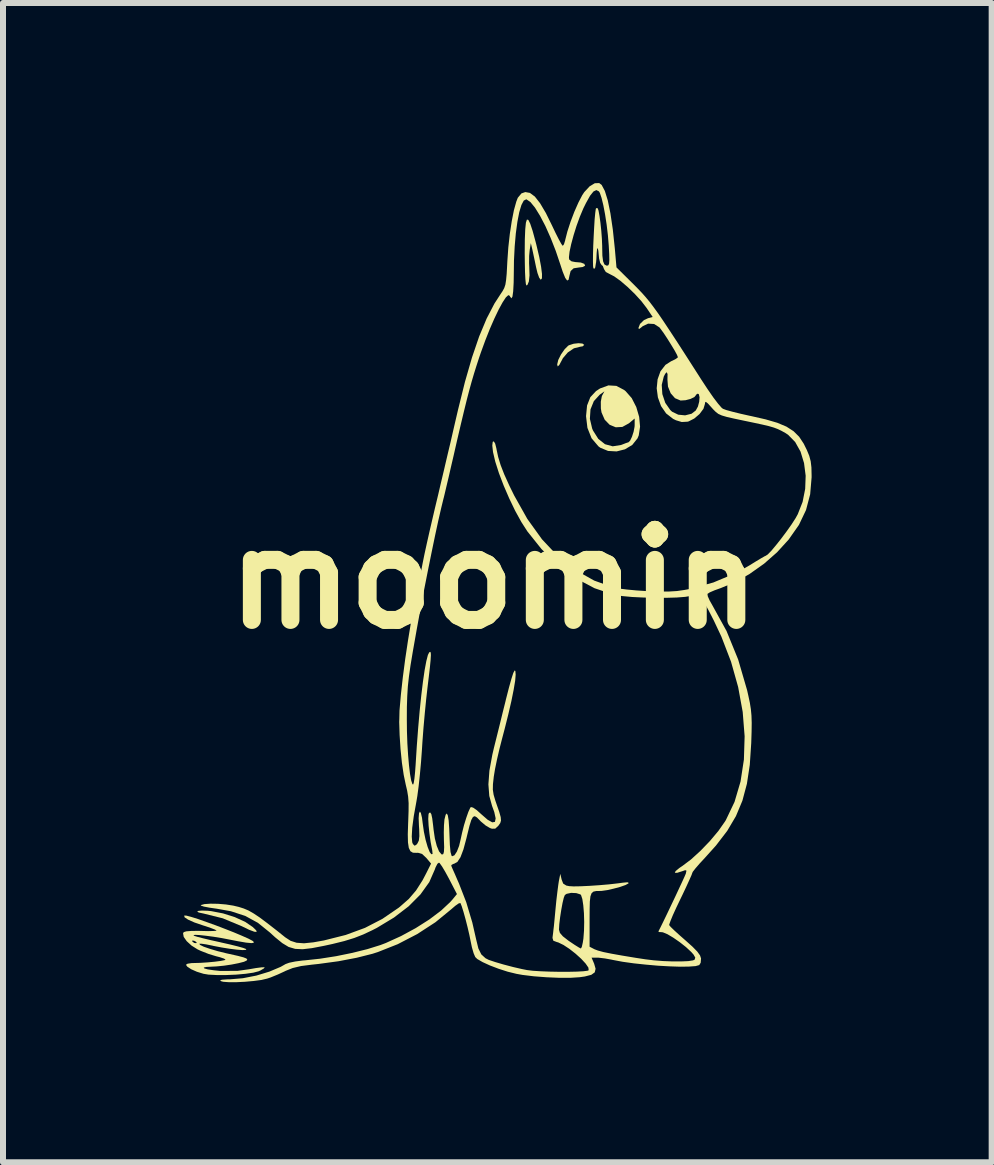
<source format=kicad_pcb>
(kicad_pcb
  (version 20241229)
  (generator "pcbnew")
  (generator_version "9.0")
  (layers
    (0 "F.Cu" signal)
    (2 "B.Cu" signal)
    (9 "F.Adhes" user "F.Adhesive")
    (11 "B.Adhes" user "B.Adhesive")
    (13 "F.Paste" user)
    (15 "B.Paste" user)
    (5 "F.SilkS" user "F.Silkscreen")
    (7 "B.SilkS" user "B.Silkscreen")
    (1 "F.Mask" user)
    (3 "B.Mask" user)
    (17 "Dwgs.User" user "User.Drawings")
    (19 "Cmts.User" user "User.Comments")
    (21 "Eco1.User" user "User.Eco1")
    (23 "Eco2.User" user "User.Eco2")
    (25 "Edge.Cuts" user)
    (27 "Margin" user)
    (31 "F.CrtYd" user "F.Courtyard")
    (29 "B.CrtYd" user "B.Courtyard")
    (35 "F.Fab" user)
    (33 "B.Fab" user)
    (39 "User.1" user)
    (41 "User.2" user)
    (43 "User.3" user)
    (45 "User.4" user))
  (footprint "moomin"
    (layer "F.Cu")
    (at 5.182 6.6)
    (property "Reference" "moomin" (at 0 0 0) (layer "F.SilkS") (effects (font (size 1.5 1.5) (thickness 0.3))))
    (attr board_only exclude_from_pos_files exclude_from_bom)
    (fp_poly (pts (xy -4.774 5.524) (xy -4.714 5.53) (xy -4.516 5.568) (xy -4.32 5.63) (xy -4.147 5.709) (xy -4.021 5.795) (xy -3.963 5.851) (xy -3.956 5.877) (xy -3.996 5.873) (xy -4.081 5.841) (xy -4.205 5.781) (xy -4.52 5.65) (xy -4.842 5.57) (xy -4.921 5.553) (xy -4.947 5.537) (xy -4.927 5.526) (xy -4.867 5.521)) (stroke (width 0) (type solid)) (fill yes) (layer "F.SilkS"))
    (fp_poly (pts (xy 1.472 -3.926) (xy 1.501 -3.905) (xy 1.501 -3.903) (xy 1.476 -3.88) (xy 1.434 -3.873) (xy 1.33 -3.847) (xy 1.228 -3.778) (xy 1.146 -3.682) (xy 1.13 -3.651) (xy 1.086 -3.569) (xy 1.06 -3.545) (xy 1.051 -3.577) (xy 1.051 -3.578) (xy 1.069 -3.653) (xy 1.115 -3.745) (xy 1.175 -3.831) (xy 1.234 -3.89) (xy 1.248 -3.898) (xy 1.325 -3.923) (xy 1.407 -3.932)) (stroke (width 0) (type solid)) (fill yes) (layer "F.SilkS"))
    (fp_poly (pts (xy 0.571 -5.986) (xy 0.602 -5.923) (xy 0.642 -5.803) (xy 0.69 -5.627) (xy 0.705 -5.569) (xy 0.752 -5.37) (xy 0.783 -5.207) (xy 0.798 -5.086) (xy 0.797 -5.012) (xy 0.778 -4.99) (xy 0.776 -4.99) (xy 0.751 -5.024) (xy 0.723 -5.101) (xy 0.7 -5.196) (xy 0.675 -5.316) (xy 0.651 -5.429) (xy 0.637 -5.494) (xy 0.612 -5.599) (xy 0.593 -5.485) (xy 0.584 -5.387) (xy 0.583 -5.266) (xy 0.586 -5.201) (xy 0.59 -5.061) (xy 0.579 -4.959) (xy 0.555 -4.902) (xy 0.537 -4.894) (xy 0.529 -4.922) (xy 0.521 -5.001) (xy 0.515 -5.121) (xy 0.512 -5.273) (xy 0.51 -5.433) (xy 0.512 -5.661) (xy 0.519 -5.83) (xy 0.53 -5.94) (xy 0.547 -5.992)) (stroke (width 0) (type solid)) (fill yes) (layer "F.SilkS"))
    (fp_poly (pts (xy 2.037 -3.221) (xy 2.166 -3.153) (xy 2.192 -3.132) (xy 2.293 -3.017) (xy 2.369 -2.868) (xy 2.417 -2.704) (xy 2.432 -2.541) (xy 2.41 -2.396) (xy 2.389 -2.346) (xy 2.302 -2.237) (xy 2.18 -2.164) (xy 2.041 -2.129) (xy 1.899 -2.137) (xy 1.77 -2.19) (xy 1.739 -2.213) (xy 1.624 -2.348) (xy 1.555 -2.521) (xy 1.537 -2.672) (xy 1.596 -2.672) (xy 1.634 -2.51) (xy 1.648 -2.477) (xy 1.736 -2.338) (xy 1.848 -2.249) (xy 1.976 -2.214) (xy 2.114 -2.236) (xy 2.128 -2.241) (xy 2.197 -2.268) (xy 2.237 -2.281) (xy 2.24 -2.282) (xy 2.266 -2.308) (xy 2.297 -2.373) (xy 2.324 -2.456) (xy 2.34 -2.538) (xy 2.342 -2.568) (xy 2.342 -2.677) (xy 2.246 -2.597) (xy 2.137 -2.537) (xy 2.027 -2.531) (xy 1.925 -2.573) (xy 1.843 -2.657) (xy 1.79 -2.778) (xy 1.779 -2.845) (xy 1.778 -2.957) (xy 1.794 -3.045) (xy 1.801 -3.062) (xy 1.838 -3.13) (xy 1.76 -3.074) (xy 1.662 -2.967) (xy 1.606 -2.829) (xy 1.596 -2.672) (xy 1.537 -2.672) (xy 1.532 -2.717) (xy 1.549 -2.895) (xy 1.603 -3.032) (xy 1.699 -3.135) (xy 1.765 -3.178) (xy 1.905 -3.229)) (stroke (width 0) (type solid)) (fill yes) (layer "F.SilkS"))
    (fp_poly (pts (xy -5.127 5.605) (xy -5.047 5.626) (xy -4.932 5.662) (xy -4.793 5.711) (xy -4.64 5.766) (xy -4.483 5.826) (xy -4.333 5.885) (xy -4.2 5.941) (xy -4.094 5.988) (xy -4.026 6.024) (xy -4.01 6.036) (xy -4.003 6.057) (xy -4.042 6.063) (xy -4.131 6.055) (xy -4.271 6.031) (xy -4.388 6.008) (xy -4.533 5.98) (xy -4.674 5.957) (xy -4.802 5.94) (xy -4.906 5.929) (xy -4.979 5.925) (xy -5.01 5.93) (xy -4.995 5.942) (xy -4.942 5.959) (xy -4.844 5.984) (xy -4.714 6.015) (xy -4.565 6.048) (xy -4.545 6.053) (xy -4.398 6.086) (xy -4.273 6.117) (xy -4.18 6.143) (xy -4.131 6.162) (xy -4.128 6.164) (xy -4.137 6.176) (xy -4.193 6.179) (xy -4.286 6.172) (xy -4.405 6.157) (xy -4.537 6.136) (xy -4.673 6.11) (xy -4.693 6.105) (xy -4.797 6.084) (xy -4.875 6.073) (xy -4.912 6.073) (xy -4.912 6.073) (xy -4.899 6.093) (xy -4.837 6.123) (xy -4.736 6.158) (xy -4.605 6.197) (xy -4.455 6.234) (xy -4.409 6.244) (xy -4.267 6.276) (xy -4.176 6.3) (xy -4.127 6.319) (xy -4.112 6.336) (xy -4.122 6.353) (xy -4.167 6.374) (xy -4.257 6.397) (xy -4.373 6.42) (xy -4.501 6.439) (xy -4.622 6.451) (xy -4.699 6.455) (xy -4.796 6.46) (xy -4.838 6.47) (xy -4.828 6.485) (xy -4.769 6.501) (xy -4.667 6.516) (xy -4.561 6.527) (xy -4.271 6.525) (xy -4.085 6.499) (xy -3.97 6.479) (xy -3.879 6.467) (xy -3.828 6.465) (xy -3.822 6.467) (xy -3.837 6.486) (xy -3.892 6.518) (xy -3.922 6.532) (xy -4.01 6.555) (xy -4.14 6.574) (xy -4.297 6.588) (xy -4.463 6.595) (xy -4.623 6.595) (xy -4.758 6.588) (xy -4.842 6.574) (xy -4.952 6.54) (xy -5.047 6.498) (xy -5.112 6.455) (xy -5.134 6.424) (xy -5.107 6.406) (xy -5.04 6.396) (xy -5.006 6.395) (xy -4.895 6.392) (xy -4.773 6.384) (xy -4.655 6.373) (xy -4.556 6.36) (xy -4.491 6.347) (xy -4.474 6.338) (xy -4.5 6.321) (xy -4.568 6.298) (xy -4.631 6.282) (xy -4.755 6.244) (xy -4.888 6.192) (xy -4.941 6.167) (xy -5.041 6.104) (xy -5.121 6.031) (xy -5.128 6.021) (xy -5.031 6.021) (xy -5.029 6.035) (xy -4.997 6.06) (xy -4.962 6.064) (xy -4.954 6.053) (xy -4.977 6.034) (xy -5 6.023) (xy -5.031 6.021) (xy -5.128 6.021) (xy -5.171 5.96) (xy -5.182 5.901) (xy -5.171 5.88) (xy -5.129 5.867) (xy -5.042 5.86) (xy -4.925 5.859) (xy -4.882 5.86) (xy -4.766 5.863) (xy -4.677 5.861) (xy -4.629 5.857) (xy -4.624 5.854) (xy -4.65 5.838) (xy -4.72 5.811) (xy -4.82 5.777) (xy -4.846 5.769) (xy -4.993 5.719) (xy -5.098 5.672) (xy -5.157 5.633) (xy -5.163 5.603) (xy -5.162 5.603)) (stroke (width 0) (type solid)) (fill yes) (layer "F.SilkS"))
    (fp_poly (pts (xy 1.792 -6.569) (xy 1.845 -6.469) (xy 1.894 -6.311) (xy 1.938 -6.096) (xy 1.978 -5.826) (xy 2.012 -5.503) (xy 2.012 -5.502) (xy 2.039 -5.195) (xy 2.326 -4.911) (xy 2.398 -4.838) (xy 2.464 -4.769) (xy 2.526 -4.699) (xy 2.59 -4.622) (xy 2.658 -4.532) (xy 2.735 -4.426) (xy 2.823 -4.297) (xy 2.927 -4.14) (xy 3.051 -3.951) (xy 3.198 -3.723) (xy 3.371 -3.453) (xy 3.454 -3.323) (xy 3.558 -3.165) (xy 3.652 -3.029) (xy 3.732 -2.924) (xy 3.79 -2.857) (xy 3.813 -2.839) (xy 3.87 -2.818) (xy 3.972 -2.79) (xy 4.106 -2.757) (xy 4.257 -2.723) (xy 4.278 -2.719) (xy 4.524 -2.663) (xy 4.719 -2.606) (xy 4.871 -2.542) (xy 4.989 -2.466) (xy 5.082 -2.374) (xy 5.158 -2.259) (xy 5.21 -2.154) (xy 5.251 -2.055) (xy 5.275 -1.964) (xy 5.287 -1.862) (xy 5.29 -1.725) (xy 5.29 -1.697) (xy 5.266 -1.415) (xy 5.197 -1.153) (xy 5.079 -0.905) (xy 4.908 -0.661) (xy 4.715 -0.449) (xy 4.499 -0.259) (xy 4.256 -0.087) (xy 4.004 0.054) (xy 3.776 0.148) (xy 3.673 0.185) (xy 3.594 0.219) (xy 3.556 0.244) (xy 3.555 0.245) (xy 3.56 0.284) (xy 3.592 0.356) (xy 3.634 0.43) (xy 3.873 0.864) (xy 4.066 1.337) (xy 4.215 1.848) (xy 4.235 1.936) (xy 4.261 2.058) (xy 4.278 2.165) (xy 4.288 2.271) (xy 4.292 2.393) (xy 4.29 2.545) (xy 4.284 2.732) (xy 4.26 3.093) (xy 4.212 3.409) (xy 4.137 3.69) (xy 4.029 3.948) (xy 3.884 4.193) (xy 3.697 4.437) (xy 3.51 4.645) (xy 3.422 4.74) (xy 3.353 4.82) (xy 3.311 4.874) (xy 3.303 4.891) (xy 3.29 4.928) (xy 3.255 5.007) (xy 3.203 5.121) (xy 3.139 5.257) (xy 3.105 5.327) (xy 3.036 5.471) (xy 2.979 5.596) (xy 2.939 5.693) (xy 2.918 5.752) (xy 2.917 5.763) (xy 2.943 5.794) (xy 3.005 5.854) (xy 3.093 5.934) (xy 3.183 6.013) (xy 3.305 6.122) (xy 3.386 6.205) (xy 3.431 6.268) (xy 3.448 6.318) (xy 3.442 6.39) (xy 3.418 6.429) (xy 3.357 6.446) (xy 3.246 6.454) (xy 3.098 6.456) (xy 2.921 6.45) (xy 2.727 6.439) (xy 2.525 6.421) (xy 2.327 6.4) (xy 2.142 6.374) (xy 1.982 6.344) (xy 1.95 6.337) (xy 1.844 6.318) (xy 1.743 6.306) (xy 1.72 6.306) (xy 1.624 6.305) (xy 1.667 6.406) (xy 1.691 6.49) (xy 1.677 6.55) (xy 1.62 6.591) (xy 1.512 6.619) (xy 1.426 6.631) (xy 1.275 6.641) (xy 1.084 6.641) (xy 0.874 6.632) (xy 0.664 6.616) (xy 0.474 6.593) (xy 0.373 6.575) (xy 0.226 6.539) (xy 0.074 6.49) (xy -0.07 6.435) (xy -0.192 6.379) (xy -0.28 6.328) (xy -0.314 6.295) (xy -0.341 6.232) (xy -0.37 6.132) (xy -0.39 6.035) (xy -0.412 5.927) (xy -0.442 5.798) (xy -0.476 5.664) (xy -0.51 5.542) (xy -0.54 5.447) (xy -0.561 5.395) (xy -0.589 5.401) (xy -0.646 5.441) (xy -0.716 5.501) (xy -0.977 5.715) (xy -1.28 5.912) (xy -1.606 6.081) (xy -1.937 6.212) (xy -2.027 6.241) (xy -2.289 6.307) (xy -2.593 6.365) (xy -2.924 6.41) (xy -3.036 6.422) (xy -3.216 6.445) (xy -3.355 6.478) (xy -3.473 6.525) (xy -3.484 6.531) (xy -3.601 6.585) (xy -3.723 6.635) (xy -3.78 6.654) (xy -3.877 6.677) (xy -4.006 6.694) (xy -4.15 6.707) (xy -4.293 6.714) (xy -4.42 6.714) (xy -4.514 6.707) (xy -4.549 6.697) (xy -4.565 6.682) (xy -4.532 6.673) (xy -4.446 6.667) (xy -4.398 6.666) (xy -4.186 6.648) (xy -3.961 6.604) (xy -3.744 6.538) (xy -3.555 6.458) (xy -3.474 6.412) (xy -3.414 6.39) (xy -3.313 6.369) (xy -3.19 6.353) (xy -3.152 6.35) (xy -2.902 6.323) (xy -2.633 6.281) (xy -2.364 6.226) (xy -2.111 6.163) (xy -1.893 6.095) (xy -1.804 6.061) (xy -1.551 5.946) (xy -1.306 5.813) (xy -1.079 5.669) (xy -0.884 5.522) (xy -0.731 5.379) (xy -0.692 5.335) (xy -0.619 5.246) (xy -0.752 4.989) (xy -0.813 4.877) (xy -0.866 4.788) (xy -0.905 4.733) (xy -0.918 4.722) (xy -0.945 4.742) (xy -0.976 4.803) (xy -0.989 4.84) (xy -1.08 5.047) (xy -1.227 5.252) (xy -1.424 5.45) (xy -1.668 5.637) (xy -1.953 5.809) (xy -2.027 5.847) (xy -2.18 5.919) (xy -2.331 5.978) (xy -2.497 6.029) (xy -2.695 6.078) (xy -2.838 6.109) (xy -3.036 6.147) (xy -3.19 6.165) (xy -3.314 6.159) (xy -3.423 6.127) (xy -3.529 6.063) (xy -3.648 5.966) (xy -3.738 5.884) (xy -3.935 5.725) (xy -4.146 5.61) (xy -4.385 5.532) (xy -4.619 5.49) (xy -4.745 5.472) (xy -4.837 5.454) (xy -4.884 5.438) (xy -4.886 5.429) (xy -4.826 5.413) (xy -4.725 5.406) (xy -4.6 5.408) (xy -4.468 5.419) (xy -4.347 5.438) (xy -4.254 5.46) (xy -4.172 5.486) (xy -4.091 5.52) (xy -4.004 5.57) (xy -3.902 5.638) (xy -3.777 5.732) (xy -3.62 5.854) (xy -3.479 5.967) (xy -3.39 6.025) (xy -3.29 6.057) (xy -3.167 6.066) (xy -3.011 6.05) (xy -2.837 6.019) (xy -2.472 5.927) (xy -2.151 5.809) (xy -1.861 5.659) (xy -1.589 5.473) (xy -1.568 5.456) (xy -1.421 5.327) (xy -1.301 5.187) (xy -1.193 5.018) (xy -1.13 4.898) (xy -1.05 4.738) (xy -1.129 4.644) (xy -1.199 4.578) (xy -1.267 4.558) (xy -1.293 4.559) (xy -1.352 4.557) (xy -1.394 4.532) (xy -1.421 4.477) (xy -1.435 4.385) (xy -1.438 4.249) (xy -1.432 4.06) (xy -1.431 4.04) (xy -1.425 3.864) (xy -1.424 3.731) (xy -1.432 3.624) (xy -1.448 3.525) (xy -1.472 3.423) (xy -1.506 3.26) (xy -1.536 3.057) (xy -1.559 2.829) (xy -1.574 2.597) (xy -1.581 2.378) (xy -1.579 2.327) (xy -1.454 2.327) (xy -1.452 2.532) (xy -1.445 2.736) (xy -1.433 2.928) (xy -1.418 3.1) (xy -1.401 3.244) (xy -1.382 3.351) (xy -1.362 3.412) (xy -1.35 3.423) (xy -1.339 3.395) (xy -1.327 3.319) (xy -1.316 3.208) (xy -1.308 3.1) (xy -1.288 2.783) (xy -1.265 2.479) (xy -1.24 2.194) (xy -1.213 1.934) (xy -1.185 1.705) (xy -1.157 1.513) (xy -1.129 1.364) (xy -1.103 1.263) (xy -1.081 1.219) (xy -1.065 1.21) (xy -1.055 1.224) (xy -1.053 1.268) (xy -1.058 1.349) (xy -1.07 1.472) (xy -1.09 1.643) (xy -1.109 1.801) (xy -1.131 1.995) (xy -1.154 2.226) (xy -1.176 2.472) (xy -1.194 2.71) (xy -1.202 2.837) (xy -1.217 3.042) (xy -1.236 3.251) (xy -1.257 3.447) (xy -1.279 3.613) (xy -1.295 3.708) (xy -1.338 3.946) (xy -1.364 4.141) (xy -1.372 4.288) (xy -1.364 4.384) (xy -1.352 4.413) (xy -1.323 4.441) (xy -1.292 4.421) (xy -1.277 4.402) (xy -1.254 4.355) (xy -1.245 4.281) (xy -1.248 4.167) (xy -1.252 4.109) (xy -1.257 3.981) (xy -1.251 3.901) (xy -1.237 3.871) (xy -1.22 3.895) (xy -1.201 3.975) (xy -1.19 4.064) (xy -1.17 4.206) (xy -1.141 4.343) (xy -1.107 4.461) (xy -1.073 4.546) (xy -1.046 4.582) (xy -1.025 4.578) (xy -1.03 4.523) (xy -1.031 4.516) (xy -1.057 4.38) (xy -1.077 4.239) (xy -1.091 4.106) (xy -1.097 3.995) (xy -1.093 3.92) (xy -1.085 3.895) (xy -1.064 3.887) (xy -1.046 3.914) (xy -1.031 3.983) (xy -1.016 4.102) (xy -1.008 4.175) (xy -0.987 4.319) (xy -0.955 4.443) (xy -0.917 4.535) (xy -0.877 4.583) (xy -0.868 4.587) (xy -0.847 4.58) (xy -0.836 4.543) (xy -0.832 4.465) (xy -0.836 4.349) (xy -0.838 4.219) (xy -0.835 4.1) (xy -0.828 4.013) (xy -0.827 4.003) (xy -0.807 3.924) (xy -0.788 3.903) (xy -0.771 3.936) (xy -0.757 4.02) (xy -0.748 4.153) (xy -0.744 4.253) (xy -0.737 4.428) (xy -0.726 4.545) (xy -0.709 4.606) (xy -0.7 4.616) (xy -0.661 4.6) (xy -0.62 4.538) (xy -0.583 4.443) (xy -0.558 4.338) (xy -0.533 4.223) (xy -0.501 4.097) (xy -0.464 3.977) (xy -0.429 3.877) (xy -0.399 3.812) (xy -0.387 3.796) (xy -0.351 3.805) (xy -0.287 3.849) (xy -0.214 3.915) (xy -0.107 4.008) (xy -0.03 4.051) (xy 0.014 4.043) (xy 0.026 3.985) (xy 0.003 3.879) (xy -0.034 3.777) (xy -0.08 3.611) (xy -0.095 3.418) (xy -0.078 3.19) (xy -0.029 2.922) (xy -0.002 2.807) (xy 0.041 2.635) (xy 0.092 2.43) (xy 0.144 2.217) (xy 0.193 2.022) (xy 0.194 2.015) (xy 0.247 1.808) (xy 0.289 1.658) (xy 0.32 1.562) (xy 0.342 1.52) (xy 0.354 1.529) (xy 0.359 1.587) (xy 0.359 1.591) (xy 0.351 1.692) (xy 0.326 1.841) (xy 0.288 2.03) (xy 0.237 2.251) (xy 0.176 2.494) (xy 0.133 2.657) (xy 0.089 2.829) (xy 0.048 3.005) (xy 0.015 3.166) (xy -0.005 3.288) (xy -0.019 3.414) (xy -0.021 3.507) (xy -0.008 3.591) (xy 0.022 3.693) (xy 0.042 3.751) (xy 0.086 3.878) (xy 0.11 3.963) (xy 0.115 4.02) (xy 0.103 4.062) (xy 0.074 4.104) (xy 0.067 4.112) (xy 0.019 4.156) (xy -0.036 4.157) (xy -0.068 4.146) (xy -0.14 4.104) (xy -0.22 4.037) (xy -0.239 4.017) (xy -0.286 3.969) (xy -0.322 3.948) (xy -0.352 3.961) (xy -0.38 4.012) (xy -0.41 4.108) (xy -0.446 4.254) (xy -0.461 4.317) (xy -0.511 4.502) (xy -0.56 4.632) (xy -0.612 4.711) (xy -0.669 4.742) (xy -0.683 4.744) (xy -0.713 4.763) (xy -0.711 4.781) (xy -0.693 4.824) (xy -0.656 4.907) (xy -0.609 5.016) (xy -0.585 5.07) (xy -0.464 5.382) (xy -0.363 5.72) (xy -0.298 6.005) (xy -0.262 6.152) (xy -0.213 6.251) (xy -0.143 6.315) (xy -0.09 6.342) (xy 0.017 6.378) (xy 0.16 6.42) (xy 0.316 6.461) (xy 0.463 6.495) (xy 0.549 6.512) (xy 0.647 6.524) (xy 0.776 6.532) (xy 0.926 6.538) (xy 1.084 6.541) (xy 1.238 6.541) (xy 1.376 6.538) (xy 1.486 6.532) (xy 1.557 6.523) (xy 1.576 6.515) (xy 1.571 6.471) (xy 1.525 6.404) (xy 1.451 6.324) (xy 1.357 6.239) (xy 1.255 6.159) (xy 1.156 6.094) (xy 1.07 6.052) (xy 1.045 6.045) (xy 0.987 6.023) (xy 0.973 5.977) (xy 0.976 5.949) (xy 0.984 5.888) (xy 0.989 5.84) (xy 1.081 5.84) (xy 1.096 5.892) (xy 1.146 5.95) (xy 1.241 6.024) (xy 1.253 6.032) (xy 1.342 6.092) (xy 1.411 6.135) (xy 1.446 6.153) (xy 1.446 6.153) (xy 1.461 6.127) (xy 1.477 6.058) (xy 1.488 5.988) (xy 1.498 5.856) (xy 1.501 5.71) (xy 1.497 5.565) (xy 1.486 5.433) (xy 1.47 5.328) (xy 1.449 5.264) (xy 1.439 5.252) (xy 1.37 5.23) (xy 1.283 5.226) (xy 1.208 5.242) (xy 1.179 5.262) (xy 1.161 5.307) (xy 1.14 5.395) (xy 1.119 5.509) (xy 1.1 5.632) (xy 1.086 5.747) (xy 1.081 5.836) (xy 1.081 5.84) (xy 0.989 5.84) (xy 0.996 5.783) (xy 1.009 5.648) (xy 1.022 5.509) (xy 1.037 5.355) (xy 1.054 5.212) (xy 1.069 5.095) (xy 1.079 5.029) (xy 1.103 4.909) (xy 1.125 5.003) (xy 1.151 5.071) (xy 1.203 5.104) (xy 1.252 5.114) (xy 1.324 5.118) (xy 1.442 5.116) (xy 1.589 5.109) (xy 1.752 5.098) (xy 1.916 5.084) (xy 2.065 5.067) (xy 2.147 5.056) (xy 2.222 5.049) (xy 2.243 5.06) (xy 2.237 5.069) (xy 2.19 5.095) (xy 2.102 5.126) (xy 1.994 5.155) (xy 1.885 5.18) (xy 1.793 5.193) (xy 1.768 5.194) (xy 1.702 5.195) (xy 1.655 5.205) (xy 1.624 5.232) (xy 1.605 5.284) (xy 1.595 5.371) (xy 1.592 5.5) (xy 1.591 5.677) (xy 1.591 6.123) (xy 1.674 6.166) (xy 1.73 6.187) (xy 1.822 6.212) (xy 1.955 6.239) (xy 2.135 6.271) (xy 2.365 6.309) (xy 2.522 6.333) (xy 2.663 6.35) (xy 2.817 6.362) (xy 2.973 6.368) (xy 3.116 6.368) (xy 3.234 6.363) (xy 3.313 6.351) (xy 3.34 6.34) (xy 3.352 6.305) (xy 3.323 6.254) (xy 3.286 6.212) (xy 3.198 6.13) (xy 3.093 6.047) (xy 2.985 5.972) (xy 2.887 5.914) (xy 2.812 5.883) (xy 2.784 5.88) (xy 2.743 5.878) (xy 2.739 5.865) (xy 2.771 5.803) (xy 2.82 5.703) (xy 2.881 5.577) (xy 2.948 5.436) (xy 3.017 5.291) (xy 3.081 5.154) (xy 3.136 5.036) (xy 3.176 4.948) (xy 3.195 4.903) (xy 3.195 4.901) (xy 3.205 4.855) (xy 3.183 4.848) (xy 3.138 4.864) (xy 3.049 4.892) (xy 3.011 4.891) (xy 3.024 4.863) (xy 3.087 4.811) (xy 3.139 4.776) (xy 3.281 4.669) (xy 3.438 4.526) (xy 3.595 4.363) (xy 3.736 4.195) (xy 3.846 4.038) (xy 3.861 4.014) (xy 4.006 3.71) (xy 4.106 3.371) (xy 4.162 3.005) (xy 4.174 2.617) (xy 4.142 2.212) (xy 4.066 1.796) (xy 3.948 1.376) (xy 3.787 0.957) (xy 3.66 0.687) (xy 3.575 0.522) (xy 3.511 0.404) (xy 3.462 0.326) (xy 3.42 0.282) (xy 3.38 0.263) (xy 3.336 0.264) (xy 3.281 0.278) (xy 3.185 0.294) (xy 3.043 0.305) (xy 2.869 0.31) (xy 2.677 0.31) (xy 2.482 0.305) (xy 2.297 0.296) (xy 2.136 0.281) (xy 2.013 0.262) (xy 1.997 0.259) (xy 1.673 0.15) (xy 1.361 -0.015) (xy 1.065 -0.233) (xy 0.789 -0.503) (xy 0.555 -0.796) (xy 0.454 -0.953) (xy 0.351 -1.14) (xy 0.252 -1.346) (xy 0.16 -1.559) (xy 0.081 -1.766) (xy 0.02 -1.957) (xy -0.018 -2.118) (xy -0.03 -2.227) (xy -0.023 -2.288) (xy -0.005 -2.297) (xy 0.018 -2.259) (xy 0.038 -2.18) (xy 0.041 -2.162) (xy 0.068 -2.036) (xy 0.109 -1.901) (xy 0.169 -1.747) (xy 0.253 -1.561) (xy 0.334 -1.396) (xy 0.554 -1.004) (xy 0.798 -0.665) (xy 1.065 -0.381) (xy 1.355 -0.152) (xy 1.668 0.023) (xy 1.989 0.138) (xy 2.078 0.155) (xy 2.212 0.172) (xy 2.371 0.187) (xy 2.54 0.198) (xy 2.567 0.199) (xy 2.763 0.206) (xy 2.918 0.205) (xy 3.048 0.197) (xy 3.172 0.179) (xy 3.243 0.166) (xy 3.652 0.055) (xy 4.027 -0.102) (xy 4.251 -0.228) (xy 4.361 -0.296) (xy 4.451 -0.35) (xy 4.509 -0.383) (xy 4.525 -0.39) (xy 4.56 -0.413) (xy 4.621 -0.476) (xy 4.698 -0.568) (xy 4.785 -0.678) (xy 4.874 -0.797) (xy 4.956 -0.913) (xy 5.023 -1.017) (xy 5.059 -1.082) (xy 5.14 -1.288) (xy 5.183 -1.505) (xy 5.191 -1.724) (xy 5.164 -1.934) (xy 5.106 -2.125) (xy 5.016 -2.286) (xy 4.897 -2.407) (xy 4.853 -2.436) (xy 4.788 -2.472) (xy 4.728 -2.501) (xy 4.662 -2.526) (xy 4.58 -2.55) (xy 4.47 -2.576) (xy 4.321 -2.608) (xy 4.158 -2.642) (xy 3.993 -2.677) (xy 3.875 -2.704) (xy 3.794 -2.728) (xy 3.736 -2.754) (xy 3.693 -2.787) (xy 3.65 -2.83) (xy 3.625 -2.858) (xy 3.562 -2.928) (xy 3.528 -2.955) (xy 3.515 -2.945) (xy 3.513 -2.921) (xy 3.488 -2.839) (xy 3.423 -2.752) (xy 3.335 -2.677) (xy 3.241 -2.629) (xy 3.22 -2.624) (xy 3.126 -2.619) (xy 3.03 -2.648) (xy 2.983 -2.671) (xy 2.866 -2.762) (xy 2.781 -2.885) (xy 2.729 -3.029) (xy 2.709 -3.181) (xy 2.715 -3.237) (xy 2.793 -3.237) (xy 2.803 -3.084) (xy 2.852 -2.938) (xy 2.935 -2.819) (xy 2.965 -2.791) (xy 3.068 -2.741) (xy 3.183 -2.73) (xy 3.29 -2.757) (xy 3.36 -2.811) (xy 3.396 -2.877) (xy 3.417 -2.957) (xy 3.423 -3.032) (xy 3.411 -3.082) (xy 3.393 -3.092) (xy 3.363 -3.072) (xy 3.363 -3.066) (xy 3.336 -3.034) (xy 3.271 -3.003) (xy 3.189 -2.982) (xy 3.11 -2.977) (xy 3.104 -2.978) (xy 3.014 -3.016) (xy 2.942 -3.098) (xy 2.897 -3.209) (xy 2.888 -3.325) (xy 2.89 -3.416) (xy 2.877 -3.449) (xy 2.851 -3.423) (xy 2.827 -3.376) (xy 2.793 -3.237) (xy 2.715 -3.237) (xy 2.724 -3.33) (xy 2.772 -3.464) (xy 2.855 -3.571) (xy 2.947 -3.63) (xy 3.018 -3.664) (xy 3.059 -3.693) (xy 3.062 -3.7) (xy 3.047 -3.738) (xy 3.007 -3.812) (xy 2.95 -3.906) (xy 2.887 -4.007) (xy 2.825 -4.101) (xy 2.773 -4.172) (xy 2.754 -4.196) (xy 2.666 -4.252) (xy 2.566 -4.258) (xy 2.474 -4.214) (xy 2.462 -4.203) (xy 2.419 -4.17) (xy 2.403 -4.181) (xy 2.431 -4.253) (xy 2.497 -4.317) (xy 2.564 -4.348) (xy 2.642 -4.369) (xy 2.541 -4.519) (xy 2.455 -4.631) (xy 2.345 -4.752) (xy 2.224 -4.869) (xy 2.105 -4.971) (xy 2 -5.046) (xy 1.938 -5.078) (xy 1.862 -5.118) (xy 1.832 -5.165) (xy 1.831 -5.167) (xy 1.811 -5.219) (xy 1.792 -5.233) (xy 1.767 -5.27) (xy 1.749 -5.345) (xy 1.746 -5.378) (xy 1.737 -5.472) (xy 1.726 -5.515) (xy 1.716 -5.505) (xy 1.709 -5.439) (xy 1.708 -5.417) (xy 1.704 -5.333) (xy 1.699 -5.276) (xy 1.697 -5.269) (xy 1.688 -5.213) (xy 1.686 -5.196) (xy 1.67 -5.171) (xy 1.654 -5.181) (xy 1.649 -5.217) (xy 1.647 -5.3) (xy 1.648 -5.419) (xy 1.652 -5.56) (xy 1.659 -5.711) (xy 1.667 -5.86) (xy 1.675 -5.994) (xy 1.685 -6.1) (xy 1.694 -6.167) (xy 1.699 -6.182) (xy 1.726 -6.181) (xy 1.74 -6.14) (xy 1.756 -6.053) (xy 1.772 -5.937) (xy 1.786 -5.804) (xy 1.796 -5.67) (xy 1.801 -5.55) (xy 1.801 -5.534) (xy 1.804 -5.39) (xy 1.816 -5.296) (xy 1.838 -5.244) (xy 1.872 -5.225) (xy 1.884 -5.224) (xy 1.904 -5.231) (xy 1.916 -5.259) (xy 1.92 -5.317) (xy 1.918 -5.416) (xy 1.91 -5.562) (xy 1.896 -5.732) (xy 1.875 -5.908) (xy 1.849 -6.078) (xy 1.82 -6.231) (xy 1.79 -6.354) (xy 1.762 -6.436) (xy 1.747 -6.461) (xy 1.704 -6.483) (xy 1.656 -6.46) (xy 1.599 -6.389) (xy 1.531 -6.267) (xy 1.487 -6.178) (xy 1.429 -6.04) (xy 1.373 -5.886) (xy 1.324 -5.729) (xy 1.284 -5.581) (xy 1.257 -5.455) (xy 1.247 -5.363) (xy 1.251 -5.327) (xy 1.29 -5.296) (xy 1.352 -5.284) (xy 1.445 -5.276) (xy 1.503 -5.254) (xy 1.516 -5.224) (xy 1.514 -5.221) (xy 1.475 -5.201) (xy 1.417 -5.194) (xy 1.325 -5.18) (xy 1.275 -5.134) (xy 1.256 -5.059) (xy 1.241 -4.989) (xy 1.217 -4.976) (xy 1.185 -5.02) (xy 1.143 -5.123) (xy 1.105 -5.239) (xy 1.027 -5.47) (xy 0.942 -5.687) (xy 0.854 -5.885) (xy 0.765 -6.055) (xy 0.681 -6.191) (xy 0.605 -6.284) (xy 0.54 -6.328) (xy 0.535 -6.329) (xy 0.494 -6.308) (xy 0.455 -6.234) (xy 0.419 -6.114) (xy 0.388 -5.954) (xy 0.362 -5.762) (xy 0.343 -5.544) (xy 0.331 -5.308) (xy 0.329 -5.145) (xy 0.326 -4.941) (xy 0.318 -4.796) (xy 0.306 -4.709) (xy 0.289 -4.68) (xy 0.267 -4.707) (xy 0.261 -4.721) (xy 0.237 -4.733) (xy 0.196 -4.695) (xy 0.142 -4.613) (xy 0.077 -4.494) (xy 0.005 -4.344) (xy -0.071 -4.17) (xy -0.147 -3.978) (xy -0.221 -3.775) (xy -0.249 -3.693) (xy -0.294 -3.555) (xy -0.335 -3.424) (xy -0.374 -3.292) (xy -0.413 -3.15) (xy -0.455 -2.989) (xy -0.501 -2.802) (xy -0.554 -2.581) (xy -0.616 -2.316) (xy -0.675 -2.057) (xy -0.719 -1.868) (xy -0.759 -1.693) (xy -0.795 -1.542) (xy -0.822 -1.427) (xy -0.839 -1.357) (xy -0.841 -1.351) (xy -0.881 -1.187) (xy -0.93 -0.974) (xy -0.985 -0.719) (xy -1.044 -0.434) (xy -1.106 -0.127) (xy -1.169 0.192) (xy -1.23 0.515) (xy -1.288 0.831) (xy -1.341 1.131) (xy -1.356 1.216) (xy -1.393 1.439) (xy -1.419 1.623) (xy -1.437 1.786) (xy -1.447 1.948) (xy -1.453 2.127) (xy -1.454 2.327) (xy -1.579 2.327) (xy -1.576 2.191) (xy -1.575 2.177) (xy -1.553 1.924) (xy -1.521 1.637) (xy -1.481 1.331) (xy -1.435 1.024) (xy -1.387 0.732) (xy -1.338 0.47) (xy -1.303 0.307) (xy -1.277 0.185) (xy -1.246 0.032) (xy -1.218 -0.12) (xy -1.214 -0.143) (xy -1.192 -0.259) (xy -1.16 -0.417) (xy -1.119 -0.604) (xy -1.074 -0.804) (xy -1.034 -0.976) (xy -0.985 -1.186) (xy -0.932 -1.407) (xy -0.882 -1.621) (xy -0.837 -1.81) (xy -0.811 -1.922) (xy -0.773 -2.084) (xy -0.725 -2.285) (xy -0.675 -2.504) (xy -0.625 -2.719) (xy -0.601 -2.822) (xy -0.486 -3.286) (xy -0.369 -3.692) (xy -0.249 -4.044) (xy -0.124 -4.343) (xy 0.006 -4.593) (xy 0.104 -4.744) (xy 0.142 -4.801) (xy 0.169 -4.851) (xy 0.188 -4.908) (xy 0.2 -4.984) (xy 0.21 -5.092) (xy 0.218 -5.243) (xy 0.221 -5.3) (xy 0.237 -5.528) (xy 0.262 -5.753) (xy 0.294 -5.964) (xy 0.33 -6.147) (xy 0.37 -6.291) (xy 0.395 -6.355) (xy 0.456 -6.428) (xy 0.52 -6.45) (xy 0.597 -6.436) (xy 0.679 -6.375) (xy 0.766 -6.264) (xy 0.863 -6.1) (xy 0.963 -5.897) (xy 1.025 -5.767) (xy 1.079 -5.66) (xy 1.12 -5.586) (xy 1.143 -5.555) (xy 1.144 -5.554) (xy 1.164 -5.58) (xy 1.184 -5.644) (xy 1.185 -5.652) (xy 1.221 -5.793) (xy 1.274 -5.956) (xy 1.337 -6.122) (xy 1.405 -6.276) (xy 1.469 -6.399) (xy 1.502 -6.449) (xy 1.591 -6.545) (xy 1.677 -6.597) (xy 1.751 -6.6)) (stroke (width 0) (type solid)) (fill yes) (layer "F.SilkS")))
  (gr_rect
    (start -3 -3)
    (end 13.472 16.314)
    (stroke (width 0.1) (type default))
    (fill no)
    (layer "Edge.Cuts")))
</source>
